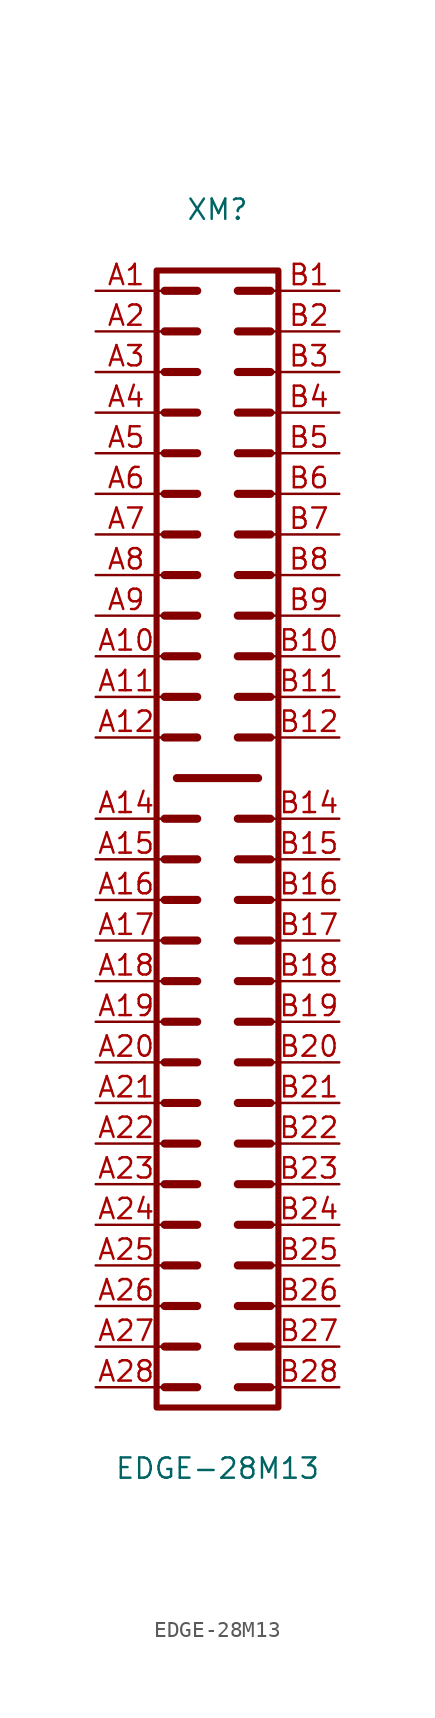
<source format=kicad_sym>
(kicad_symbol_lib
  (version 20231120)
  (generator "kicad_symbol_editor")
  (generator_version "8.0")
  (symbol "EDGE-28M13"
    (pin_names
      (offset 1.016))
    (property "Reference" "XM"
      (at 0 39.37 0)
      (effects (font (size 1.27 1.27))))
    (property "Value" "EDGE-28M13"
      (at 0 -39.37 0)
      (effects (font (size 1.27 1.27))))
    (symbol "EDGE-28M13_0_0"
      (polyline (pts (xy -2.54 3.81) (xy 2.54 3.81)) (stroke (width 0.508) (type default)) (fill (type none))))
    (symbol "EDGE-28M13_0_1"
      (rectangle (start -3.81 35.56) (end 3.81 -35.56) (stroke (width 0.381) (type default)) (fill (type none)))
      (polyline (pts (xy -3.81 -34.29) (xy -3.302 -34.29)) (stroke (width 0) (type default)) (fill (type none)))
      (polyline (pts (xy -3.81 -31.75) (xy -3.302 -31.75)) (stroke (width 0) (type default)) (fill (type none)))
      (polyline (pts (xy -3.81 -29.21) (xy -3.302 -29.21)) (stroke (width 0) (type default)) (fill (type none)))
      (polyline (pts (xy -3.81 -26.67) (xy -3.302 -26.67)) (stroke (width 0) (type default)) (fill (type none)))
      (polyline (pts (xy -3.81 -24.13) (xy -3.302 -24.13)) (stroke (width 0) (type default)) (fill (type none)))
      (polyline (pts (xy -3.81 -21.59) (xy -3.302 -21.59)) (stroke (width 0) (type default)) (fill (type none)))
      (polyline (pts (xy -3.81 -19.05) (xy -3.302 -19.05)) (stroke (width 0) (type default)) (fill (type none)))
      (polyline (pts (xy -3.81 -16.51) (xy -3.302 -16.51)) (stroke (width 0) (type default)) (fill (type none)))
      (polyline (pts (xy -3.81 -13.97) (xy -3.302 -13.97)) (stroke (width 0) (type default)) (fill (type none)))
      (polyline (pts (xy -3.81 -11.43) (xy -3.302 -11.43)) (stroke (width 0) (type default)) (fill (type none)))
      (polyline (pts (xy -3.81 -8.89) (xy -3.302 -8.89)) (stroke (width 0) (type default)) (fill (type none)))
      (polyline (pts (xy -3.81 -6.35) (xy -3.302 -6.35)) (stroke (width 0) (type default)) (fill (type none)))
      (polyline (pts (xy -3.81 -3.81) (xy -3.302 -3.81)) (stroke (width 0) (type default)) (fill (type none)))
      (polyline (pts (xy -3.81 -1.27) (xy -3.302 -1.27)) (stroke (width 0) (type default)) (fill (type none)))
      (polyline (pts (xy -3.81 1.27) (xy -3.302 1.27)) (stroke (width 0) (type default)) (fill (type none)))
      (polyline (pts (xy -3.81 6.35) (xy -3.302 6.35)) (stroke (width 0) (type default)) (fill (type none)))
      (polyline (pts (xy -3.81 8.89) (xy -3.302 8.89)) (stroke (width 0) (type default)) (fill (type none)))
      (polyline (pts (xy -3.81 11.43) (xy -3.302 11.43)) (stroke (width 0) (type default)) (fill (type none)))
      (polyline (pts (xy -3.81 13.97) (xy -3.302 13.97)) (stroke (width 0) (type default)) (fill (type none)))
      (polyline (pts (xy -3.81 16.51) (xy -3.302 16.51)) (stroke (width 0) (type default)) (fill (type none)))
      (polyline (pts (xy -3.81 19.05) (xy -3.302 19.05)) (stroke (width 0) (type default)) (fill (type none)))
      (polyline (pts (xy -3.81 21.59) (xy -3.302 21.59)) (stroke (width 0) (type default)) (fill (type none)))
      (polyline (pts (xy -3.81 24.13) (xy -3.302 24.13)) (stroke (width 0) (type default)) (fill (type none)))
      (polyline (pts (xy -3.81 26.67) (xy -3.302 26.67)) (stroke (width 0) (type default)) (fill (type none)))
      (polyline (pts (xy -3.81 29.21) (xy -3.302 29.21)) (stroke (width 0) (type default)) (fill (type none)))
      (polyline (pts (xy -3.81 31.75) (xy -3.302 31.75)) (stroke (width 0) (type default)) (fill (type none)))
      (polyline (pts (xy -3.81 34.29) (xy -3.302 34.29)) (stroke (width 0) (type default)) (fill (type none)))
      (polyline (pts (xy -3.302 -34.29) (xy -1.27 -34.29)) (stroke (width 0.508) (type default)) (fill (type none)))
      (polyline (pts (xy -3.302 -31.75) (xy -1.27 -31.75)) (stroke (width 0.508) (type default)) (fill (type none)))
      (polyline (pts (xy -3.302 -29.21) (xy -1.27 -29.21)) (stroke (width 0.508) (type default)) (fill (type none)))
      (polyline (pts (xy -3.302 -26.67) (xy -1.27 -26.67)) (stroke (width 0.508) (type default)) (fill (type none)))
      (polyline (pts (xy -3.302 -24.13) (xy -1.27 -24.13)) (stroke (width 0.508) (type default)) (fill (type none)))
      (polyline (pts (xy -3.302 -21.59) (xy -1.27 -21.59)) (stroke (width 0.508) (type default)) (fill (type none)))
      (polyline (pts (xy -3.302 -19.05) (xy -1.27 -19.05)) (stroke (width 0.508) (type default)) (fill (type none)))
      (polyline (pts (xy -3.302 -16.51) (xy -1.27 -16.51)) (stroke (width 0.508) (type default)) (fill (type none)))
      (polyline (pts (xy -3.302 -13.97) (xy -1.27 -13.97)) (stroke (width 0.508) (type default)) (fill (type none)))
      (polyline (pts (xy -3.302 -11.43) (xy -1.27 -11.43)) (stroke (width 0.508) (type default)) (fill (type none)))
      (polyline (pts (xy -3.302 -8.89) (xy -1.27 -8.89)) (stroke (width 0.508) (type default)) (fill (type none)))
      (polyline (pts (xy -3.302 -6.35) (xy -1.27 -6.35)) (stroke (width 0.508) (type default)) (fill (type none)))
      (polyline (pts (xy -3.302 -3.81) (xy -1.27 -3.81)) (stroke (width 0.508) (type default)) (fill (type none)))
      (polyline (pts (xy -3.302 -1.27) (xy -1.27 -1.27)) (stroke (width 0.508) (type default)) (fill (type none)))
      (polyline (pts (xy -3.302 1.27) (xy -1.27 1.27)) (stroke (width 0.508) (type default)) (fill (type none)))
      (polyline (pts (xy -3.302 6.35) (xy -1.27 6.35)) (stroke (width 0.508) (type default)) (fill (type none)))
      (polyline (pts (xy -3.302 8.89) (xy -1.27 8.89)) (stroke (width 0.508) (type default)) (fill (type none)))
      (polyline (pts (xy -3.302 11.43) (xy -1.27 11.43)) (stroke (width 0.508) (type default)) (fill (type none)))
      (polyline (pts (xy -3.302 13.97) (xy -1.27 13.97)) (stroke (width 0.508) (type default)) (fill (type none)))
      (polyline (pts (xy -3.302 16.51) (xy -1.27 16.51)) (stroke (width 0.508) (type default)) (fill (type none)))
      (polyline (pts (xy -3.302 19.05) (xy -1.27 19.05)) (stroke (width 0.508) (type default)) (fill (type none)))
      (polyline (pts (xy -3.302 21.59) (xy -1.27 21.59)) (stroke (width 0.508) (type default)) (fill (type none)))
      (polyline (pts (xy -3.302 24.13) (xy -1.27 24.13)) (stroke (width 0.508) (type default)) (fill (type none)))
      (polyline (pts (xy -3.302 26.67) (xy -1.27 26.67)) (stroke (width 0.508) (type default)) (fill (type none)))
      (polyline (pts (xy -3.302 29.21) (xy -1.27 29.21)) (stroke (width 0.508) (type default)) (fill (type none)))
      (polyline (pts (xy -3.302 31.75) (xy -1.27 31.75)) (stroke (width 0.508) (type default)) (fill (type none)))
      (polyline (pts (xy -3.302 34.29) (xy -1.27 34.29)) (stroke (width 0.508) (type default)) (fill (type none)))
      (polyline (pts (xy 3.302 -34.29) (xy 1.27 -34.29)) (stroke (width 0.508) (type default)) (fill (type none)))
      (polyline (pts (xy 3.302 -31.75) (xy 1.27 -31.75)) (stroke (width 0.508) (type default)) (fill (type none)))
      (polyline (pts (xy 3.302 -29.21) (xy 1.27 -29.21)) (stroke (width 0.508) (type default)) (fill (type none)))
      (polyline (pts (xy 3.302 -26.67) (xy 1.27 -26.67)) (stroke (width 0.508) (type default)) (fill (type none)))
      (polyline (pts (xy 3.302 -24.13) (xy 1.27 -24.13)) (stroke (width 0.508) (type default)) (fill (type none)))
      (polyline (pts (xy 3.302 -21.59) (xy 1.27 -21.59)) (stroke (width 0.508) (type default)) (fill (type none)))
      (polyline (pts (xy 3.302 -19.05) (xy 1.27 -19.05)) (stroke (width 0.508) (type default)) (fill (type none)))
      (polyline (pts (xy 3.302 -16.51) (xy 1.27 -16.51)) (stroke (width 0.508) (type default)) (fill (type none)))
      (polyline (pts (xy 3.302 -13.97) (xy 1.27 -13.97)) (stroke (width 0.508) (type default)) (fill (type none)))
      (polyline (pts (xy 3.302 -11.43) (xy 1.27 -11.43)) (stroke (width 0.508) (type default)) (fill (type none)))
      (polyline (pts (xy 3.302 -8.89) (xy 1.27 -8.89)) (stroke (width 0.508) (type default)) (fill (type none)))
      (polyline (pts (xy 3.302 -6.35) (xy 1.27 -6.35)) (stroke (width 0.508) (type default)) (fill (type none)))
      (polyline (pts (xy 3.302 -3.81) (xy 1.27 -3.81)) (stroke (width 0.508) (type default)) (fill (type none)))
      (polyline (pts (xy 3.302 -1.27) (xy 1.27 -1.27)) (stroke (width 0.508) (type default)) (fill (type none)))
      (polyline (pts (xy 3.302 1.27) (xy 1.27 1.27)) (stroke (width 0.508) (type default)) (fill (type none)))
      (polyline (pts (xy 3.302 6.35) (xy 1.27 6.35)) (stroke (width 0.508) (type default)) (fill (type none)))
      (polyline (pts (xy 3.302 8.89) (xy 1.27 8.89)) (stroke (width 0.508) (type default)) (fill (type none)))
      (polyline (pts (xy 3.302 11.43) (xy 1.27 11.43)) (stroke (width 0.508) (type default)) (fill (type none)))
      (polyline (pts (xy 3.302 13.97) (xy 1.27 13.97)) (stroke (width 0.508) (type default)) (fill (type none)))
      (polyline (pts (xy 3.302 16.51) (xy 1.27 16.51)) (stroke (width 0.508) (type default)) (fill (type none)))
      (polyline (pts (xy 3.302 19.05) (xy 1.27 19.05)) (stroke (width 0.508) (type default)) (fill (type none)))
      (polyline (pts (xy 3.302 21.59) (xy 1.27 21.59)) (stroke (width 0.508) (type default)) (fill (type none)))
      (polyline (pts (xy 3.302 24.13) (xy 1.27 24.13)) (stroke (width 0.508) (type default)) (fill (type none)))
      (polyline (pts (xy 3.302 26.67) (xy 1.27 26.67)) (stroke (width 0.508) (type default)) (fill (type none)))
      (polyline (pts (xy 3.302 29.21) (xy 1.27 29.21)) (stroke (width 0.508) (type default)) (fill (type none)))
      (polyline (pts (xy 3.302 31.75) (xy 1.27 31.75)) (stroke (width 0.508) (type default)) (fill (type none)))
      (polyline (pts (xy 3.302 34.29) (xy 1.27 34.29)) (stroke (width 0.508) (type default)) (fill (type none)))
      (polyline (pts (xy 3.81 -34.29) (xy 3.302 -34.29)) (stroke (width 0) (type default)) (fill (type none)))
      (polyline (pts (xy 3.81 -31.75) (xy 3.302 -31.75)) (stroke (width 0) (type default)) (fill (type none)))
      (polyline (pts (xy 3.81 -29.21) (xy 3.302 -29.21)) (stroke (width 0) (type default)) (fill (type none)))
      (polyline (pts (xy 3.81 -26.67) (xy 3.302 -26.67)) (stroke (width 0) (type default)) (fill (type none)))
      (polyline (pts (xy 3.81 -24.13) (xy 3.302 -24.13)) (stroke (width 0) (type default)) (fill (type none)))
      (polyline (pts (xy 3.81 -21.59) (xy 3.302 -21.59)) (stroke (width 0) (type default)) (fill (type none)))
      (polyline (pts (xy 3.81 -19.05) (xy 3.302 -19.05)) (stroke (width 0) (type default)) (fill (type none)))
      (polyline (pts (xy 3.81 -16.51) (xy 3.302 -16.51)) (stroke (width 0) (type default)) (fill (type none)))
      (polyline (pts (xy 3.81 -13.97) (xy 3.302 -13.97)) (stroke (width 0) (type default)) (fill (type none)))
      (polyline (pts (xy 3.81 -11.43) (xy 3.302 -11.43)) (stroke (width 0) (type default)) (fill (type none)))
      (polyline (pts (xy 3.81 -8.89) (xy 3.302 -8.89)) (stroke (width 0) (type default)) (fill (type none)))
      (polyline (pts (xy 3.81 -6.35) (xy 3.302 -6.35)) (stroke (width 0) (type default)) (fill (type none)))
      (polyline (pts (xy 3.81 -3.81) (xy 3.302 -3.81)) (stroke (width 0) (type default)) (fill (type none)))
      (polyline (pts (xy 3.81 -1.27) (xy 3.302 -1.27)) (stroke (width 0) (type default)) (fill (type none)))
      (polyline (pts (xy 3.81 1.27) (xy 3.302 1.27)) (stroke (width 0) (type default)) (fill (type none)))
      (polyline (pts (xy 3.81 6.35) (xy 3.302 6.35)) (stroke (width 0) (type default)) (fill (type none)))
      (polyline (pts (xy 3.81 8.89) (xy 3.302 8.89)) (stroke (width 0) (type default)) (fill (type none)))
      (polyline (pts (xy 3.81 11.43) (xy 3.302 11.43)) (stroke (width 0) (type default)) (fill (type none)))
      (polyline (pts (xy 3.81 13.97) (xy 3.302 13.97)) (stroke (width 0) (type default)) (fill (type none)))
      (polyline (pts (xy 3.81 16.51) (xy 3.302 16.51)) (stroke (width 0) (type default)) (fill (type none)))
      (polyline (pts (xy 3.81 19.05) (xy 3.302 19.05)) (stroke (width 0) (type default)) (fill (type none)))
      (polyline (pts (xy 3.81 21.59) (xy 3.302 21.59)) (stroke (width 0) (type default)) (fill (type none)))
      (polyline (pts (xy 3.81 24.13) (xy 3.302 24.13)) (stroke (width 0) (type default)) (fill (type none)))
      (polyline (pts (xy 3.81 26.67) (xy 3.302 26.67)) (stroke (width 0) (type default)) (fill (type none)))
      (polyline (pts (xy 3.81 29.21) (xy 3.302 29.21)) (stroke (width 0) (type default)) (fill (type none)))
      (polyline (pts (xy 3.81 31.75) (xy 3.302 31.75)) (stroke (width 0) (type default)) (fill (type none)))
      (polyline (pts (xy 3.81 34.29) (xy 3.302 34.29)) (stroke (width 0) (type default)) (fill (type none))))
    (symbol "EDGE-28M13_1_1"
      (pin passive line (at -7.62 34.29 0) (length 3.81) (name "~" (effects (font (size 1.27 1.27)))) (number "A1" (effects (font (size 1.27 1.27)))))
      (pin passive line (at -7.62 11.43 0) (length 3.81) (name "~" (effects (font (size 1.27 1.27)))) (number "A10" (effects (font (size 1.27 1.27)))))
      (pin passive line (at -7.62 8.89 0) (length 3.81) (name "~" (effects (font (size 1.27 1.27)))) (number "A11" (effects (font (size 1.27 1.27)))))
      (pin passive line (at -7.62 6.35 0) (length 3.81) (name "~" (effects (font (size 1.27 1.27)))) (number "A12" (effects (font (size 1.27 1.27)))))
      (pin passive line (at -7.62 1.27 0) (length 3.81) (name "~" (effects (font (size 1.27 1.27)))) (number "A14" (effects (font (size 1.27 1.27)))))
      (pin passive line (at -7.62 -1.27 0) (length 3.81) (name "~" (effects (font (size 1.27 1.27)))) (number "A15" (effects (font (size 1.27 1.27)))))
      (pin passive line (at -7.62 -3.81 0) (length 3.81) (name "~" (effects (font (size 1.27 1.27)))) (number "A16" (effects (font (size 1.27 1.27)))))
      (pin passive line (at -7.62 -6.35 0) (length 3.81) (name "~" (effects (font (size 1.27 1.27)))) (number "A17" (effects (font (size 1.27 1.27)))))
      (pin passive line (at -7.62 -8.89 0) (length 3.81) (name "~" (effects (font (size 1.27 1.27)))) (number "A18" (effects (font (size 1.27 1.27)))))
      (pin passive line (at -7.62 -11.43 0) (length 3.81) (name "~" (effects (font (size 1.27 1.27)))) (number "A19" (effects (font (size 1.27 1.27)))))
      (pin passive line (at -7.62 31.75 0) (length 3.81) (name "~" (effects (font (size 1.27 1.27)))) (number "A2" (effects (font (size 1.27 1.27)))))
      (pin passive line (at -7.62 -13.97 0) (length 3.81) (name "~" (effects (font (size 1.27 1.27)))) (number "A20" (effects (font (size 1.27 1.27)))))
      (pin passive line (at -7.62 -16.51 0) (length 3.81) (name "~" (effects (font (size 1.27 1.27)))) (number "A21" (effects (font (size 1.27 1.27)))))
      (pin passive line (at -7.62 -19.05 0) (length 3.81) (name "~" (effects (font (size 1.27 1.27)))) (number "A22" (effects (font (size 1.27 1.27)))))
      (pin passive line (at -7.62 -21.59 0) (length 3.81) (name "~" (effects (font (size 1.27 1.27)))) (number "A23" (effects (font (size 1.27 1.27)))))
      (pin passive line (at -7.62 -24.13 0) (length 3.81) (name "~" (effects (font (size 1.27 1.27)))) (number "A24" (effects (font (size 1.27 1.27)))))
      (pin passive line (at -7.62 -26.67 0) (length 3.81) (name "~" (effects (font (size 1.27 1.27)))) (number "A25" (effects (font (size 1.27 1.27)))))
      (pin passive line (at -7.62 -29.21 0) (length 3.81) (name "~" (effects (font (size 1.27 1.27)))) (number "A26" (effects (font (size 1.27 1.27)))))
      (pin passive line (at -7.62 -31.75 0) (length 3.81) (name "~" (effects (font (size 1.27 1.27)))) (number "A27" (effects (font (size 1.27 1.27)))))
      (pin passive line (at -7.62 -34.29 0) (length 3.81) (name "~" (effects (font (size 1.27 1.27)))) (number "A28" (effects (font (size 1.27 1.27)))))
      (pin passive line (at -7.62 29.21 0) (length 3.81) (name "~" (effects (font (size 1.27 1.27)))) (number "A3" (effects (font (size 1.27 1.27)))))
      (pin passive line (at -7.62 26.67 0) (length 3.81) (name "~" (effects (font (size 1.27 1.27)))) (number "A4" (effects (font (size 1.27 1.27)))))
      (pin passive line (at -7.62 24.13 0) (length 3.81) (name "~" (effects (font (size 1.27 1.27)))) (number "A5" (effects (font (size 1.27 1.27)))))
      (pin passive line (at -7.62 21.59 0) (length 3.81) (name "~" (effects (font (size 1.27 1.27)))) (number "A6" (effects (font (size 1.27 1.27)))))
      (pin passive line (at -7.62 19.05 0) (length 3.81) (name "~" (effects (font (size 1.27 1.27)))) (number "A7" (effects (font (size 1.27 1.27)))))
      (pin passive line (at -7.62 16.51 0) (length 3.81) (name "~" (effects (font (size 1.27 1.27)))) (number "A8" (effects (font (size 1.27 1.27)))))
      (pin passive line (at -7.62 13.97 0) (length 3.81) (name "~" (effects (font (size 1.27 1.27)))) (number "A9" (effects (font (size 1.27 1.27)))))
      (pin passive line (at 7.62 34.29 180) (length 3.81) (name "~" (effects (font (size 1.27 1.27)))) (number "B1" (effects (font (size 1.27 1.27)))))
      (pin passive line (at 7.62 11.43 180) (length 3.81) (name "~" (effects (font (size 1.27 1.27)))) (number "B10" (effects (font (size 1.27 1.27)))))
      (pin passive line (at 7.62 8.89 180) (length 3.81) (name "~" (effects (font (size 1.27 1.27)))) (number "B11" (effects (font (size 1.27 1.27)))))
      (pin passive line (at 7.62 6.35 180) (length 3.81) (name "~" (effects (font (size 1.27 1.27)))) (number "B12" (effects (font (size 1.27 1.27)))))
      (pin passive line (at 7.62 1.27 180) (length 3.81) (name "~" (effects (font (size 1.27 1.27)))) (number "B14" (effects (font (size 1.27 1.27)))))
      (pin passive line (at 7.62 -1.27 180) (length 3.81) (name "~" (effects (font (size 1.27 1.27)))) (number "B15" (effects (font (size 1.27 1.27)))))
      (pin passive line (at 7.62 -3.81 180) (length 3.81) (name "~" (effects (font (size 1.27 1.27)))) (number "B16" (effects (font (size 1.27 1.27)))))
      (pin passive line (at 7.62 -6.35 180) (length 3.81) (name "~" (effects (font (size 1.27 1.27)))) (number "B17" (effects (font (size 1.27 1.27)))))
      (pin passive line (at 7.62 -8.89 180) (length 3.81) (name "~" (effects (font (size 1.27 1.27)))) (number "B18" (effects (font (size 1.27 1.27)))))
      (pin passive line (at 7.62 -11.43 180) (length 3.81) (name "~" (effects (font (size 1.27 1.27)))) (number "B19" (effects (font (size 1.27 1.27)))))
      (pin passive line (at 7.62 31.75 180) (length 3.81) (name "~" (effects (font (size 1.27 1.27)))) (number "B2" (effects (font (size 1.27 1.27)))))
      (pin passive line (at 7.62 -13.97 180) (length 3.81) (name "~" (effects (font (size 1.27 1.27)))) (number "B20" (effects (font (size 1.27 1.27)))))
      (pin passive line (at 7.62 -16.51 180) (length 3.81) (name "~" (effects (font (size 1.27 1.27)))) (number "B21" (effects (font (size 1.27 1.27)))))
      (pin passive line (at 7.62 -19.05 180) (length 3.81) (name "~" (effects (font (size 1.27 1.27)))) (number "B22" (effects (font (size 1.27 1.27)))))
      (pin passive line (at 7.62 -21.59 180) (length 3.81) (name "~" (effects (font (size 1.27 1.27)))) (number "B23" (effects (font (size 1.27 1.27)))))
      (pin passive line (at 7.62 -24.13 180) (length 3.81) (name "~" (effects (font (size 1.27 1.27)))) (number "B24" (effects (font (size 1.27 1.27)))))
      (pin passive line (at 7.62 -26.67 180) (length 3.81) (name "~" (effects (font (size 1.27 1.27)))) (number "B25" (effects (font (size 1.27 1.27)))))
      (pin passive line (at 7.62 -29.21 180) (length 3.81) (name "~" (effects (font (size 1.27 1.27)))) (number "B26" (effects (font (size 1.27 1.27)))))
      (pin passive line (at 7.62 -31.75 180) (length 3.81) (name "~" (effects (font (size 1.27 1.27)))) (number "B27" (effects (font (size 1.27 1.27)))))
      (pin passive line (at 7.62 -34.29 180) (length 3.81) (name "~" (effects (font (size 1.27 1.27)))) (number "B28" (effects (font (size 1.27 1.27)))))
      (pin passive line (at 7.62 29.21 180) (length 3.81) (name "~" (effects (font (size 1.27 1.27)))) (number "B3" (effects (font (size 1.27 1.27)))))
      (pin passive line (at 7.62 26.67 180) (length 3.81) (name "~" (effects (font (size 1.27 1.27)))) (number "B4" (effects (font (size 1.27 1.27)))))
      (pin passive line (at 7.62 24.13 180) (length 3.81) (name "~" (effects (font (size 1.27 1.27)))) (number "B5" (effects (font (size 1.27 1.27)))))
      (pin passive line (at 7.62 21.59 180) (length 3.81) (name "~" (effects (font (size 1.27 1.27)))) (number "B6" (effects (font (size 1.27 1.27)))))
      (pin passive line (at 7.62 19.05 180) (length 3.81) (name "~" (effects (font (size 1.27 1.27)))) (number "B7" (effects (font (size 1.27 1.27)))))
      (pin passive line (at 7.62 16.51 180) (length 3.81) (name "~" (effects (font (size 1.27 1.27)))) (number "B8" (effects (font (size 1.27 1.27)))))
      (pin passive line (at 7.62 13.97 180) (length 3.81) (name "~" (effects (font (size 1.27 1.27)))) (number "B9" (effects (font (size 1.27 1.27))))))))
</source>
